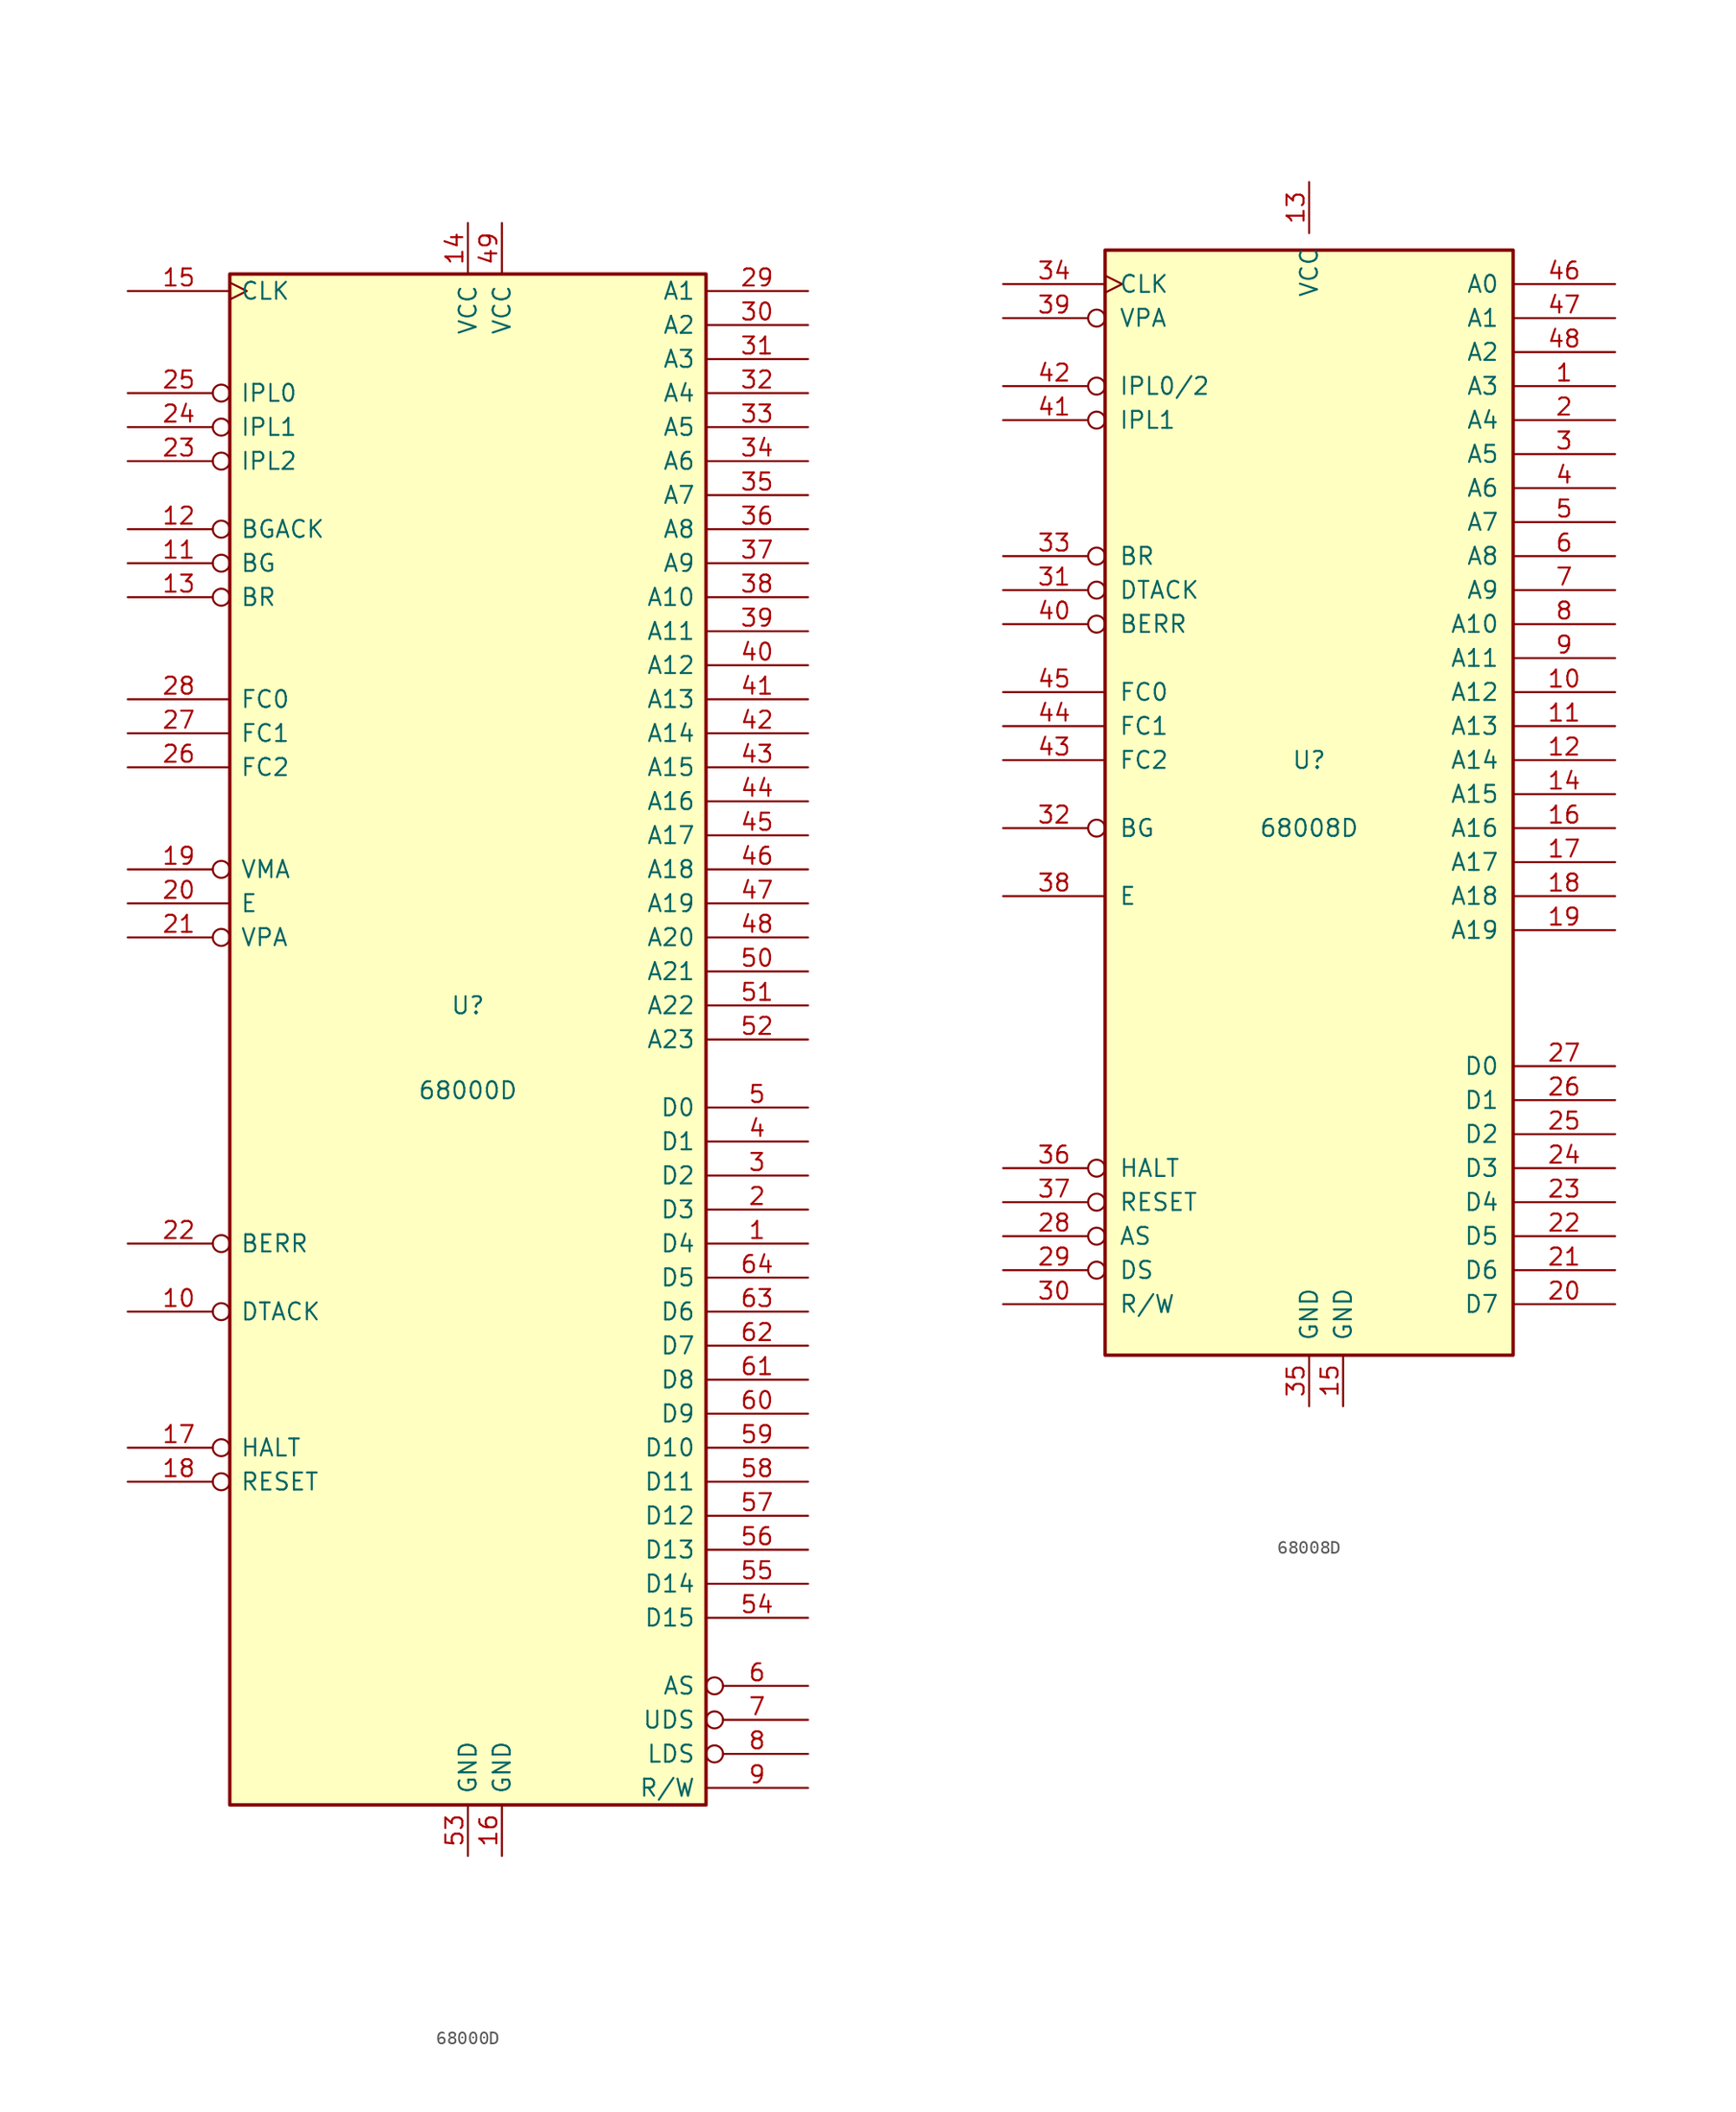
<source format=kicad_sym>
(kicad_symbol_lib
  (version 20201005)
  (generator kicad_symbol_editor)
  (symbol "68000D"
    (pin_names
      (offset 0.762))
    (property "Reference" "U"
      (at 0 2.54 0)
      (effects (font (size 1.27 1.27))))
    (property "Value" "68000D"
      (at 0 -3.81 0)
      (effects (font (size 1.27 1.27))))
    (symbol "68000D_0_1"
      (rectangle (start -17.78 57.15) (end 17.78 -57.15) (stroke (width 0.254)) (fill (type background))))
    (symbol "68000D_1_1"
      (pin bidirectional line (at 25.4 -15.24 180) (length 7.62) (name "D4" (effects (font (size 1.27 1.27)))) (number "1" (effects (font (size 1.27 1.27)))))
      (pin input inverted (at -25.4 -20.32 0) (length 7.62) (name "DTACK" (effects (font (size 1.27 1.27)))) (number "10" (effects (font (size 1.27 1.27)))))
      (pin output inverted (at -25.4 35.56 0) (length 7.62) (name "BG" (effects (font (size 1.27 1.27)))) (number "11" (effects (font (size 1.27 1.27)))))
      (pin input inverted (at -25.4 38.1 0) (length 7.62) (name "BGACK" (effects (font (size 1.27 1.27)))) (number "12" (effects (font (size 1.27 1.27)))))
      (pin input inverted (at -25.4 33.02 0) (length 7.62) (name "BR" (effects (font (size 1.27 1.27)))) (number "13" (effects (font (size 1.27 1.27)))))
      (pin power_in line (at 0 60.96 270) (length 3.81) (name "VCC" (effects (font (size 1.27 1.27)))) (number "14" (effects (font (size 1.27 1.27)))))
      (pin input clock (at -25.4 55.88 0) (length 7.62) (name "CLK" (effects (font (size 1.27 1.27)))) (number "15" (effects (font (size 1.27 1.27)))))
      (pin power_in line (at 2.54 -60.96 90) (length 3.81) (name "GND" (effects (font (size 1.27 1.27)))) (number "16" (effects (font (size 1.27 1.27)))))
      (pin bidirectional inverted (at -25.4 -30.48 0) (length 7.62) (name "HALT" (effects (font (size 1.27 1.27)))) (number "17" (effects (font (size 1.27 1.27)))))
      (pin bidirectional inverted (at -25.4 -33.02 0) (length 7.62) (name "RESET" (effects (font (size 1.27 1.27)))) (number "18" (effects (font (size 1.27 1.27)))))
      (pin output inverted (at -25.4 12.7 0) (length 7.62) (name "VMA" (effects (font (size 1.27 1.27)))) (number "19" (effects (font (size 1.27 1.27)))))
      (pin bidirectional line (at 25.4 -12.7 180) (length 7.62) (name "D3" (effects (font (size 1.27 1.27)))) (number "2" (effects (font (size 1.27 1.27)))))
      (pin output line (at -25.4 10.16 0) (length 7.62) (name "E" (effects (font (size 1.27 1.27)))) (number "20" (effects (font (size 1.27 1.27)))))
      (pin input inverted (at -25.4 7.62 0) (length 7.62) (name "VPA" (effects (font (size 1.27 1.27)))) (number "21" (effects (font (size 1.27 1.27)))))
      (pin input inverted (at -25.4 -15.24 0) (length 7.62) (name "BERR" (effects (font (size 1.27 1.27)))) (number "22" (effects (font (size 1.27 1.27)))))
      (pin input inverted (at -25.4 43.18 0) (length 7.62) (name "IPL2" (effects (font (size 1.27 1.27)))) (number "23" (effects (font (size 1.27 1.27)))))
      (pin input inverted (at -25.4 45.72 0) (length 7.62) (name "IPL1" (effects (font (size 1.27 1.27)))) (number "24" (effects (font (size 1.27 1.27)))))
      (pin input inverted (at -25.4 48.26 0) (length 7.62) (name "IPL0" (effects (font (size 1.27 1.27)))) (number "25" (effects (font (size 1.27 1.27)))))
      (pin output line (at -25.4 20.32 0) (length 7.62) (name "FC2" (effects (font (size 1.27 1.27)))) (number "26" (effects (font (size 1.27 1.27)))))
      (pin output line (at -25.4 22.86 0) (length 7.62) (name "FC1" (effects (font (size 1.27 1.27)))) (number "27" (effects (font (size 1.27 1.27)))))
      (pin output line (at -25.4 25.4 0) (length 7.62) (name "FC0" (effects (font (size 1.27 1.27)))) (number "28" (effects (font (size 1.27 1.27)))))
      (pin output line (at 25.4 55.88 180) (length 7.62) (name "A1" (effects (font (size 1.27 1.27)))) (number "29" (effects (font (size 1.27 1.27)))))
      (pin bidirectional line (at 25.4 -10.16 180) (length 7.62) (name "D2" (effects (font (size 1.27 1.27)))) (number "3" (effects (font (size 1.27 1.27)))))
      (pin output line (at 25.4 53.34 180) (length 7.62) (name "A2" (effects (font (size 1.27 1.27)))) (number "30" (effects (font (size 1.27 1.27)))))
      (pin output line (at 25.4 50.8 180) (length 7.62) (name "A3" (effects (font (size 1.27 1.27)))) (number "31" (effects (font (size 1.27 1.27)))))
      (pin output line (at 25.4 48.26 180) (length 7.62) (name "A4" (effects (font (size 1.27 1.27)))) (number "32" (effects (font (size 1.27 1.27)))))
      (pin output line (at 25.4 45.72 180) (length 7.62) (name "A5" (effects (font (size 1.27 1.27)))) (number "33" (effects (font (size 1.27 1.27)))))
      (pin output line (at 25.4 43.18 180) (length 7.62) (name "A6" (effects (font (size 1.27 1.27)))) (number "34" (effects (font (size 1.27 1.27)))))
      (pin output line (at 25.4 40.64 180) (length 7.62) (name "A7" (effects (font (size 1.27 1.27)))) (number "35" (effects (font (size 1.27 1.27)))))
      (pin output line (at 25.4 38.1 180) (length 7.62) (name "A8" (effects (font (size 1.27 1.27)))) (number "36" (effects (font (size 1.27 1.27)))))
      (pin output line (at 25.4 35.56 180) (length 7.62) (name "A9" (effects (font (size 1.27 1.27)))) (number "37" (effects (font (size 1.27 1.27)))))
      (pin output line (at 25.4 33.02 180) (length 7.62) (name "A10" (effects (font (size 1.27 1.27)))) (number "38" (effects (font (size 1.27 1.27)))))
      (pin output line (at 25.4 30.48 180) (length 7.62) (name "A11" (effects (font (size 1.27 1.27)))) (number "39" (effects (font (size 1.27 1.27)))))
      (pin bidirectional line (at 25.4 -7.62 180) (length 7.62) (name "D1" (effects (font (size 1.27 1.27)))) (number "4" (effects (font (size 1.27 1.27)))))
      (pin output line (at 25.4 27.94 180) (length 7.62) (name "A12" (effects (font (size 1.27 1.27)))) (number "40" (effects (font (size 1.27 1.27)))))
      (pin output line (at 25.4 25.4 180) (length 7.62) (name "A13" (effects (font (size 1.27 1.27)))) (number "41" (effects (font (size 1.27 1.27)))))
      (pin output line (at 25.4 22.86 180) (length 7.62) (name "A14" (effects (font (size 1.27 1.27)))) (number "42" (effects (font (size 1.27 1.27)))))
      (pin output line (at 25.4 20.32 180) (length 7.62) (name "A15" (effects (font (size 1.27 1.27)))) (number "43" (effects (font (size 1.27 1.27)))))
      (pin output line (at 25.4 17.78 180) (length 7.62) (name "A16" (effects (font (size 1.27 1.27)))) (number "44" (effects (font (size 1.27 1.27)))))
      (pin output line (at 25.4 15.24 180) (length 7.62) (name "A17" (effects (font (size 1.27 1.27)))) (number "45" (effects (font (size 1.27 1.27)))))
      (pin output line (at 25.4 12.7 180) (length 7.62) (name "A18" (effects (font (size 1.27 1.27)))) (number "46" (effects (font (size 1.27 1.27)))))
      (pin output line (at 25.4 10.16 180) (length 7.62) (name "A19" (effects (font (size 1.27 1.27)))) (number "47" (effects (font (size 1.27 1.27)))))
      (pin output line (at 25.4 7.62 180) (length 7.62) (name "A20" (effects (font (size 1.27 1.27)))) (number "48" (effects (font (size 1.27 1.27)))))
      (pin power_in line (at 2.54 60.96 270) (length 3.81) (name "VCC" (effects (font (size 1.27 1.27)))) (number "49" (effects (font (size 1.27 1.27)))))
      (pin bidirectional line (at 25.4 -5.08 180) (length 7.62) (name "D0" (effects (font (size 1.27 1.27)))) (number "5" (effects (font (size 1.27 1.27)))))
      (pin output line (at 25.4 5.08 180) (length 7.62) (name "A21" (effects (font (size 1.27 1.27)))) (number "50" (effects (font (size 1.27 1.27)))))
      (pin output line (at 25.4 2.54 180) (length 7.62) (name "A22" (effects (font (size 1.27 1.27)))) (number "51" (effects (font (size 1.27 1.27)))))
      (pin output line (at 25.4 0 180) (length 7.62) (name "A23" (effects (font (size 1.27 1.27)))) (number "52" (effects (font (size 1.27 1.27)))))
      (pin power_in line (at 0 -60.96 90) (length 3.81) (name "GND" (effects (font (size 1.27 1.27)))) (number "53" (effects (font (size 1.27 1.27)))))
      (pin bidirectional line (at 25.4 -43.18 180) (length 7.62) (name "D15" (effects (font (size 1.27 1.27)))) (number "54" (effects (font (size 1.27 1.27)))))
      (pin bidirectional line (at 25.4 -40.64 180) (length 7.62) (name "D14" (effects (font (size 1.27 1.27)))) (number "55" (effects (font (size 1.27 1.27)))))
      (pin bidirectional line (at 25.4 -38.1 180) (length 7.62) (name "D13" (effects (font (size 1.27 1.27)))) (number "56" (effects (font (size 1.27 1.27)))))
      (pin bidirectional line (at 25.4 -35.56 180) (length 7.62) (name "D12" (effects (font (size 1.27 1.27)))) (number "57" (effects (font (size 1.27 1.27)))))
      (pin bidirectional line (at 25.4 -33.02 180) (length 7.62) (name "D11" (effects (font (size 1.27 1.27)))) (number "58" (effects (font (size 1.27 1.27)))))
      (pin bidirectional line (at 25.4 -30.48 180) (length 7.62) (name "D10" (effects (font (size 1.27 1.27)))) (number "59" (effects (font (size 1.27 1.27)))))
      (pin output inverted (at 25.4 -48.26 180) (length 7.62) (name "AS" (effects (font (size 1.27 1.27)))) (number "6" (effects (font (size 1.27 1.27)))))
      (pin bidirectional line (at 25.4 -27.94 180) (length 7.62) (name "D9" (effects (font (size 1.27 1.27)))) (number "60" (effects (font (size 1.27 1.27)))))
      (pin bidirectional line (at 25.4 -25.4 180) (length 7.62) (name "D8" (effects (font (size 1.27 1.27)))) (number "61" (effects (font (size 1.27 1.27)))))
      (pin bidirectional line (at 25.4 -22.86 180) (length 7.62) (name "D7" (effects (font (size 1.27 1.27)))) (number "62" (effects (font (size 1.27 1.27)))))
      (pin bidirectional line (at 25.4 -20.32 180) (length 7.62) (name "D6" (effects (font (size 1.27 1.27)))) (number "63" (effects (font (size 1.27 1.27)))))
      (pin bidirectional line (at 25.4 -17.78 180) (length 7.62) (name "D5" (effects (font (size 1.27 1.27)))) (number "64" (effects (font (size 1.27 1.27)))))
      (pin output inverted (at 25.4 -50.8 180) (length 7.62) (name "UDS" (effects (font (size 1.27 1.27)))) (number "7" (effects (font (size 1.27 1.27)))))
      (pin output inverted (at 25.4 -53.34 180) (length 7.62) (name "LDS" (effects (font (size 1.27 1.27)))) (number "8" (effects (font (size 1.27 1.27)))))
      (pin output line (at 25.4 -55.88 180) (length 7.62) (name "R/W" (effects (font (size 1.27 1.27)))) (number "9" (effects (font (size 1.27 1.27)))))))
  (symbol "68008D"
    (pin_names
      (offset 1.016))
    (property "Reference" "U"
      (at 0 2.54 0)
      (effects (font (size 1.27 1.27))))
    (property "Value" "68008D"
      (at 0 -2.54 0)
      (effects (font (size 1.27 1.27))))
    (symbol "68008D_0_1"
      (rectangle (start -15.24 -41.91) (end 15.24 40.64) (stroke (width 0.254)) (fill (type background))))
    (symbol "68008D_1_1"
      (pin tri_state line (at 22.86 30.48 180) (length 7.62) (name "A3" (effects (font (size 1.27 1.27)))) (number "1" (effects (font (size 1.27 1.27)))))
      (pin tri_state line (at 22.86 7.62 180) (length 7.62) (name "A12" (effects (font (size 1.27 1.27)))) (number "10" (effects (font (size 1.27 1.27)))))
      (pin tri_state line (at 22.86 5.08 180) (length 7.62) (name "A13" (effects (font (size 1.27 1.27)))) (number "11" (effects (font (size 1.27 1.27)))))
      (pin tri_state line (at 22.86 2.54 180) (length 7.62) (name "A14" (effects (font (size 1.27 1.27)))) (number "12" (effects (font (size 1.27 1.27)))))
      (pin power_in line (at 0 45.72 270) (length 3.81) (name "VCC" (effects (font (size 1.27 1.27)))) (number "13" (effects (font (size 1.27 1.27)))))
      (pin tri_state line (at 22.86 0 180) (length 7.62) (name "A15" (effects (font (size 1.27 1.27)))) (number "14" (effects (font (size 1.27 1.27)))))
      (pin power_in line (at 2.54 -45.72 90) (length 3.81) (name "GND" (effects (font (size 1.27 1.27)))) (number "15" (effects (font (size 1.27 1.27)))))
      (pin tri_state line (at 22.86 -2.54 180) (length 7.62) (name "A16" (effects (font (size 1.27 1.27)))) (number "16" (effects (font (size 1.27 1.27)))))
      (pin tri_state line (at 22.86 -5.08 180) (length 7.62) (name "A17" (effects (font (size 1.27 1.27)))) (number "17" (effects (font (size 1.27 1.27)))))
      (pin tri_state line (at 22.86 -7.62 180) (length 7.62) (name "A18" (effects (font (size 1.27 1.27)))) (number "18" (effects (font (size 1.27 1.27)))))
      (pin tri_state line (at 22.86 -10.16 180) (length 7.62) (name "A19" (effects (font (size 1.27 1.27)))) (number "19" (effects (font (size 1.27 1.27)))))
      (pin tri_state line (at 22.86 27.94 180) (length 7.62) (name "A4" (effects (font (size 1.27 1.27)))) (number "2" (effects (font (size 1.27 1.27)))))
      (pin tri_state line (at 22.86 -38.1 180) (length 7.62) (name "D7" (effects (font (size 1.27 1.27)))) (number "20" (effects (font (size 1.27 1.27)))))
      (pin tri_state line (at 22.86 -35.56 180) (length 7.62) (name "D6" (effects (font (size 1.27 1.27)))) (number "21" (effects (font (size 1.27 1.27)))))
      (pin tri_state line (at 22.86 -33.02 180) (length 7.62) (name "D5" (effects (font (size 1.27 1.27)))) (number "22" (effects (font (size 1.27 1.27)))))
      (pin tri_state line (at 22.86 -30.48 180) (length 7.62) (name "D4" (effects (font (size 1.27 1.27)))) (number "23" (effects (font (size 1.27 1.27)))))
      (pin tri_state line (at 22.86 -27.94 180) (length 7.62) (name "D3" (effects (font (size 1.27 1.27)))) (number "24" (effects (font (size 1.27 1.27)))))
      (pin tri_state line (at 22.86 -25.4 180) (length 7.62) (name "D2" (effects (font (size 1.27 1.27)))) (number "25" (effects (font (size 1.27 1.27)))))
      (pin tri_state line (at 22.86 -22.86 180) (length 7.62) (name "D1" (effects (font (size 1.27 1.27)))) (number "26" (effects (font (size 1.27 1.27)))))
      (pin tri_state line (at 22.86 -20.32 180) (length 7.62) (name "D0" (effects (font (size 1.27 1.27)))) (number "27" (effects (font (size 1.27 1.27)))))
      (pin tri_state inverted (at -22.86 -33.02 0) (length 7.62) (name "AS" (effects (font (size 1.27 1.27)))) (number "28" (effects (font (size 1.27 1.27)))))
      (pin tri_state inverted (at -22.86 -35.56 0) (length 7.62) (name "DS" (effects (font (size 1.27 1.27)))) (number "29" (effects (font (size 1.27 1.27)))))
      (pin tri_state line (at 22.86 25.4 180) (length 7.62) (name "A5" (effects (font (size 1.27 1.27)))) (number "3" (effects (font (size 1.27 1.27)))))
      (pin tri_state line (at -22.86 -38.1 0) (length 7.62) (name "R/W" (effects (font (size 1.27 1.27)))) (number "30" (effects (font (size 1.27 1.27)))))
      (pin input inverted (at -22.86 15.24 0) (length 7.62) (name "DTACK" (effects (font (size 1.27 1.27)))) (number "31" (effects (font (size 1.27 1.27)))))
      (pin output inverted (at -22.86 -2.54 0) (length 7.62) (name "BG" (effects (font (size 1.27 1.27)))) (number "32" (effects (font (size 1.27 1.27)))))
      (pin input inverted (at -22.86 17.78 0) (length 7.62) (name "BR" (effects (font (size 1.27 1.27)))) (number "33" (effects (font (size 1.27 1.27)))))
      (pin input clock (at -22.86 38.1 0) (length 7.62) (name "CLK" (effects (font (size 1.27 1.27)))) (number "34" (effects (font (size 1.27 1.27)))))
      (pin power_in line (at 0 -45.72 90) (length 3.81) (name "GND" (effects (font (size 1.27 1.27)))) (number "35" (effects (font (size 1.27 1.27)))))
      (pin bidirectional inverted (at -22.86 -27.94 0) (length 7.62) (name "HALT" (effects (font (size 1.27 1.27)))) (number "36" (effects (font (size 1.27 1.27)))))
      (pin bidirectional inverted (at -22.86 -30.48 0) (length 7.62) (name "RESET" (effects (font (size 1.27 1.27)))) (number "37" (effects (font (size 1.27 1.27)))))
      (pin output line (at -22.86 -7.62 0) (length 7.62) (name "E" (effects (font (size 1.27 1.27)))) (number "38" (effects (font (size 1.27 1.27)))))
      (pin input inverted (at -22.86 35.56 0) (length 7.62) (name "VPA" (effects (font (size 1.27 1.27)))) (number "39" (effects (font (size 1.27 1.27)))))
      (pin tri_state line (at 22.86 22.86 180) (length 7.62) (name "A6" (effects (font (size 1.27 1.27)))) (number "4" (effects (font (size 1.27 1.27)))))
      (pin input inverted (at -22.86 12.7 0) (length 7.62) (name "BERR" (effects (font (size 1.27 1.27)))) (number "40" (effects (font (size 1.27 1.27)))))
      (pin input inverted (at -22.86 27.94 0) (length 7.62) (name "IPL1" (effects (font (size 1.27 1.27)))) (number "41" (effects (font (size 1.27 1.27)))))
      (pin input inverted (at -22.86 30.48 0) (length 7.62) (name "IPL0/2" (effects (font (size 1.27 1.27)))) (number "42" (effects (font (size 1.27 1.27)))))
      (pin output line (at -22.86 2.54 0) (length 7.62) (name "FC2" (effects (font (size 1.27 1.27)))) (number "43" (effects (font (size 1.27 1.27)))))
      (pin output line (at -22.86 5.08 0) (length 7.62) (name "FC1" (effects (font (size 1.27 1.27)))) (number "44" (effects (font (size 1.27 1.27)))))
      (pin output line (at -22.86 7.62 0) (length 7.62) (name "FC0" (effects (font (size 1.27 1.27)))) (number "45" (effects (font (size 1.27 1.27)))))
      (pin tri_state line (at 22.86 38.1 180) (length 7.62) (name "A0" (effects (font (size 1.27 1.27)))) (number "46" (effects (font (size 1.27 1.27)))))
      (pin tri_state line (at 22.86 35.56 180) (length 7.62) (name "A1" (effects (font (size 1.27 1.27)))) (number "47" (effects (font (size 1.27 1.27)))))
      (pin tri_state line (at 22.86 33.02 180) (length 7.62) (name "A2" (effects (font (size 1.27 1.27)))) (number "48" (effects (font (size 1.27 1.27)))))
      (pin tri_state line (at 22.86 20.32 180) (length 7.62) (name "A7" (effects (font (size 1.27 1.27)))) (number "5" (effects (font (size 1.27 1.27)))))
      (pin tri_state line (at 22.86 17.78 180) (length 7.62) (name "A8" (effects (font (size 1.27 1.27)))) (number "6" (effects (font (size 1.27 1.27)))))
      (pin tri_state line (at 22.86 15.24 180) (length 7.62) (name "A9" (effects (font (size 1.27 1.27)))) (number "7" (effects (font (size 1.27 1.27)))))
      (pin tri_state line (at 22.86 12.7 180) (length 7.62) (name "A10" (effects (font (size 1.27 1.27)))) (number "8" (effects (font (size 1.27 1.27)))))
      (pin tri_state line (at 22.86 10.16 180) (length 7.62) (name "A11" (effects (font (size 1.27 1.27)))) (number "9" (effects (font (size 1.27 1.27))))))))
</source>
